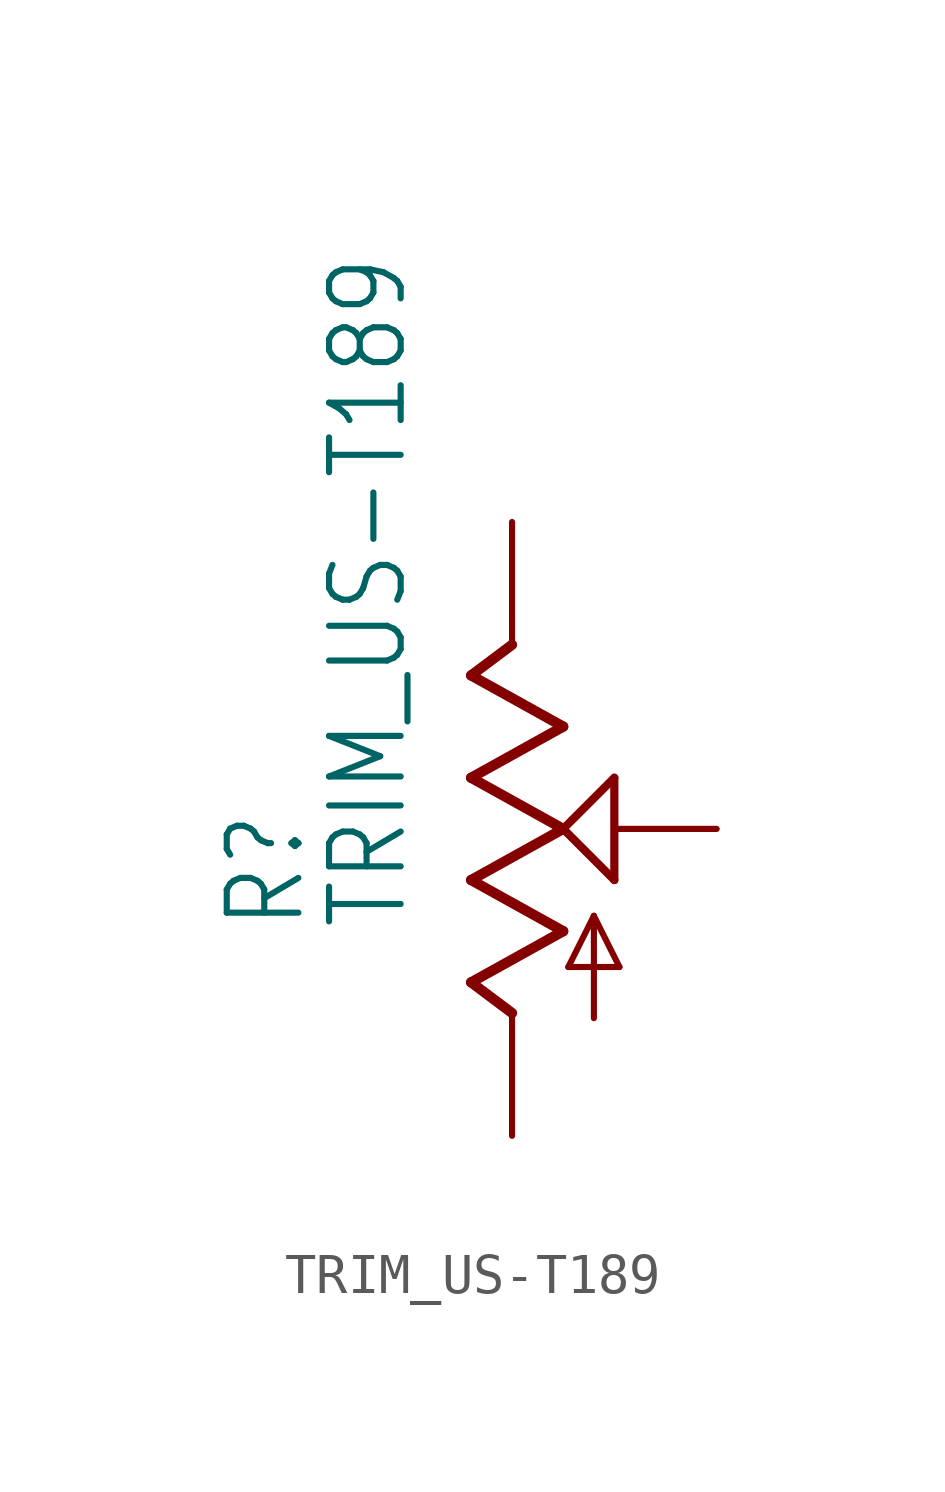
<source format=kicad_sym>
(kicad_symbol_lib
  (version 20211014)
  (generator kicad_symbol_editor)
  (symbol "TRIM_US-T189"
    (property "Reference" "R"
      (at -5.08 -2.54 90)
      (effects (font (size 1.778 1.511)) (justify left bottom)))
    (property "Value" "TRIM_US-T189"
      (at -2.54 -2.54 90)
      (effects (font (size 1.778 1.511)) (justify left bottom)))
    (property "ki_locked" ""
      (at 0 0 0)
      (effects (font (size 1.27 1.27))))
    (symbol "TRIM_US-T189_1_0"
      (polyline (pts (xy -1.016 -3.81) (xy 1.27 -2.54)) (stroke (width 0.254) (type default) (color 0 0 0 0)) (fill (type none)))
      (polyline (pts (xy -1.016 -1.27) (xy 1.27 0)) (stroke (width 0.254) (type default) (color 0 0 0 0)) (fill (type none)))
      (polyline (pts (xy -1.016 1.27) (xy 1.27 2.54)) (stroke (width 0.254) (type default) (color 0 0 0 0)) (fill (type none)))
      (polyline (pts (xy -1.016 3.81) (xy 0 4.572)) (stroke (width 0.254) (type default) (color 0 0 0 0)) (fill (type none)))
      (polyline (pts (xy 0 -5.08) (xy 0 -4.572)) (stroke (width 0.152) (type default) (color 0 0 0 0)) (fill (type none)))
      (polyline (pts (xy 0 -4.572) (xy -1.016 -3.81)) (stroke (width 0.254) (type default) (color 0 0 0 0)) (fill (type none)))
      (polyline (pts (xy 0 4.572) (xy 0 5.08)) (stroke (width 0.152) (type default) (color 0 0 0 0)) (fill (type none)))
      (polyline (pts (xy 1.27 -2.54) (xy -1.016 -1.27)) (stroke (width 0.254) (type default) (color 0 0 0 0)) (fill (type none)))
      (polyline (pts (xy 1.27 0) (xy -1.016 1.27)) (stroke (width 0.254) (type default) (color 0 0 0 0)) (fill (type none)))
      (polyline (pts (xy 1.27 0) (xy 2.54 1.27)) (stroke (width 0.203) (type default) (color 0 0 0 0)) (fill (type none)))
      (polyline (pts (xy 1.27 2.54) (xy -1.016 3.81)) (stroke (width 0.254) (type default) (color 0 0 0 0)) (fill (type none)))
      (polyline (pts (xy 1.397 -3.429) (xy 2.032 -2.159)) (stroke (width 0.152) (type default) (color 0 0 0 0)) (fill (type none)))
      (polyline (pts (xy 2.032 -4.699) (xy 2.032 -2.159)) (stroke (width 0.152) (type default) (color 0 0 0 0)) (fill (type none)))
      (polyline (pts (xy 2.032 -2.159) (xy 2.667 -3.429)) (stroke (width 0.152) (type default) (color 0 0 0 0)) (fill (type none)))
      (polyline (pts (xy 2.54 -1.27) (xy 1.27 0)) (stroke (width 0.203) (type default) (color 0 0 0 0)) (fill (type none)))
      (polyline (pts (xy 2.54 1.27) (xy 2.54 -1.27)) (stroke (width 0.203) (type default) (color 0 0 0 0)) (fill (type none)))
      (polyline (pts (xy 2.667 -3.429) (xy 1.397 -3.429)) (stroke (width 0.152) (type default) (color 0 0 0 0)) (fill (type none)))
      (pin passive line (at 0 -7.62 90) (length 2.54) (name "A" (effects (font (size 0 0)))) (number "A" (effects (font (size 0 0)))))
      (pin passive line (at 0 7.62 270) (length 2.54) (name "E" (effects (font (size 0 0)))) (number "E" (effects (font (size 0 0)))))
      (pin passive line (at 5.08 0 180) (length 2.54) (name "S" (effects (font (size 0 0)))) (number "S" (effects (font (size 0 0))))))))
</source>
